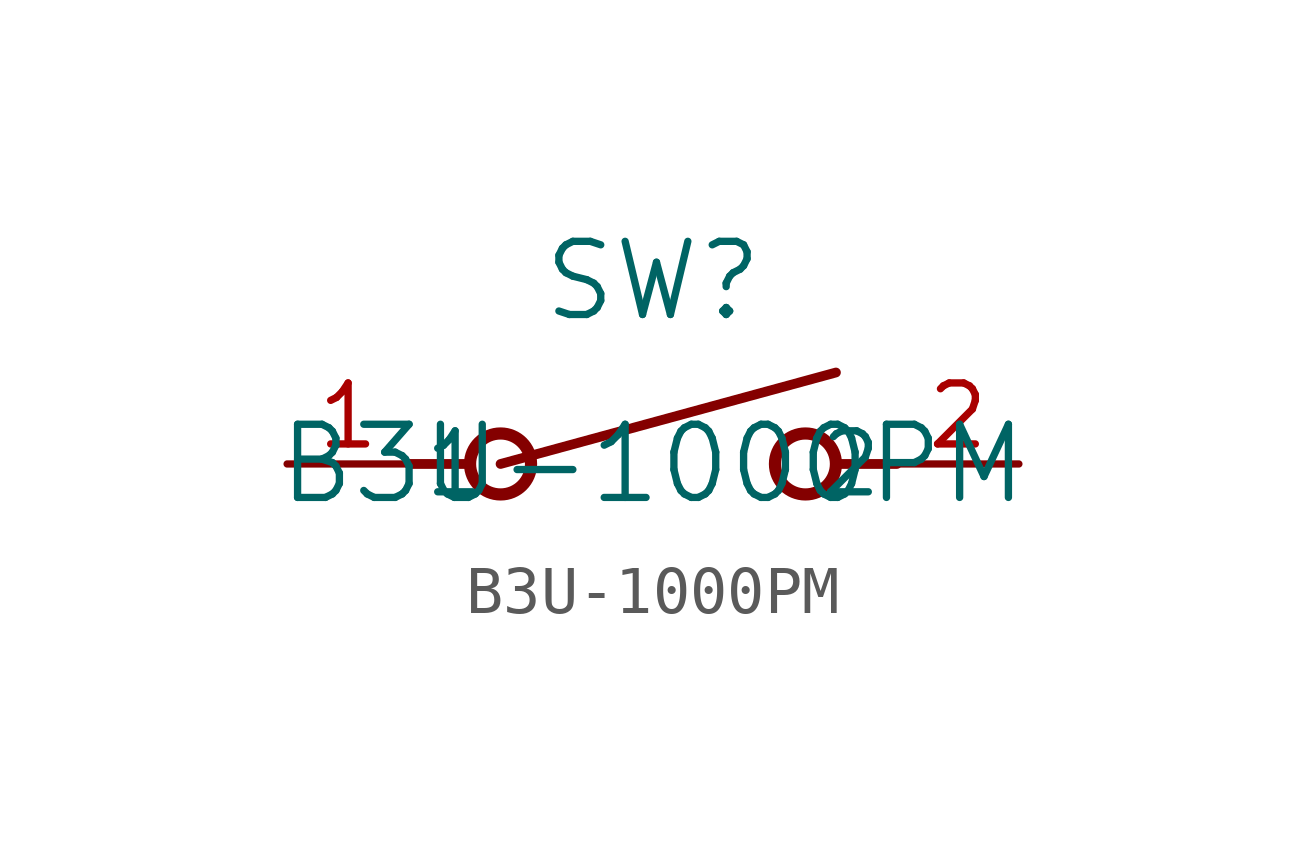
<source format=kicad_sym>
(kicad_symbol_lib
  (version 20231120)
  (generator "kicad_symbol_editor")
  (generator_version "8.0")
  (symbol "B3U-1000PM"
    (pin_names
      (offset 0.254))
    (property "Reference" "SW"
      (at 0 3.81 0)
      (effects (font (size 1.524 1.524))))
    (property "Value" "B3U-1000PM"
      (at 0 0 0)
      (effects (font (size 1.524 1.524))))
    (symbol "B3U-1000PM_0_1"
      (circle (center -3.175 0) (radius 0.635) (stroke (width 0.254) (type default)) (fill (type none)))
      (polyline (pts (xy -5.08 0) (xy -3.81 0)) (stroke (width 0.203) (type default)) (fill (type none)))
      (polyline (pts (xy -3.175 0) (xy 3.81 1.905)) (stroke (width 0.203) (type default)) (fill (type none)))
      (polyline (pts (xy 5.08 0) (xy 3.81 0)) (stroke (width 0.203) (type default)) (fill (type none)))
      (circle (center 3.175 0) (radius 0.635) (stroke (width 0.254) (type default)) (fill (type none)))
      (pin unspecified line (at -7.62 0 0) (length 2.54) (name "1" (effects (font (size 1.27 1.27)))) (number "1" (effects (font (size 1.27 1.27)))))
      (pin unspecified line (at 7.62 0 180) (length 2.54) (name "2" (effects (font (size 1.27 1.27)))) (number "2" (effects (font (size 1.27 1.27))))))))
</source>
